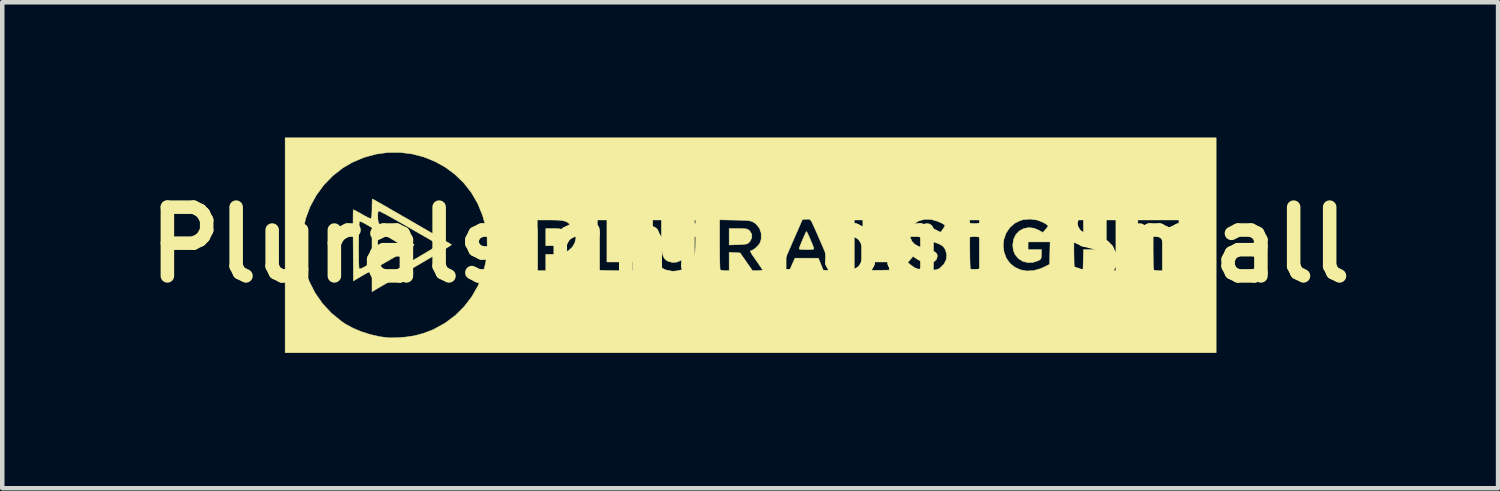
<source format=kicad_pcb>
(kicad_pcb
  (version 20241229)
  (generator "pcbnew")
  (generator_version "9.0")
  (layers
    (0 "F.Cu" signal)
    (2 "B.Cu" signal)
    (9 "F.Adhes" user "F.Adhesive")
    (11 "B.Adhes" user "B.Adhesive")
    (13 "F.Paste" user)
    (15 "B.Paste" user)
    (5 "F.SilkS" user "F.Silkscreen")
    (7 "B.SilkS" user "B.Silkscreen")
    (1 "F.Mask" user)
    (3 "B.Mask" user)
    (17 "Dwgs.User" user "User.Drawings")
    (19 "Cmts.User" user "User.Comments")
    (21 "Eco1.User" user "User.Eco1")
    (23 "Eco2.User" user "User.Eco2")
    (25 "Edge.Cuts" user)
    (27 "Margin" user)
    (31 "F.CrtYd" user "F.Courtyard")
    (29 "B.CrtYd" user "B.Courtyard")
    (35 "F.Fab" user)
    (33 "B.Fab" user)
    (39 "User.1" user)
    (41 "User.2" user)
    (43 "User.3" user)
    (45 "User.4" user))
  (footprint "Pluralsight Logo_Small"
    (layer "F.Cu")
    (at 13.578 2.376)
    (property "Reference" "Pluralsight Logo_Small" (at 0 0 0) (layer "F.SilkS") (effects (font (size 1.524 1.524) (thickness 0.3))))
    (attr through_hole)
    (fp_poly (pts (xy -4.272 -0.359) (xy -4.216 -0.353) (xy -4.178 -0.341) (xy -4.146 -0.317) (xy -4.126 -0.298) (xy -4.075 -0.223) (xy -4.066 -0.144) (xy -4.086 -0.083) (xy -4.139 -0.028) (xy -4.229 0.007) (xy -4.356 0.021) (xy -4.38 0.021) (xy -4.53 0.021) (xy -4.53 -0.36) (xy -4.359 -0.36) (xy -4.272 -0.359)) (stroke (width 0.01) (type solid)) (fill yes) (layer "F.SilkS"))
    (fp_poly (pts (xy -0.168 -0.359) (xy -0.105 -0.355) (xy -0.063 -0.346) (xy -0.033 -0.329) (xy -0.01 -0.308) (xy 0.034 -0.238) (xy 0.038 -0.161) (xy 0.002 -0.084) (xy -0.009 -0.07) (xy -0.035 -0.042) (xy -0.063 -0.024) (xy -0.104 -0.014) (xy -0.166 -0.008) (xy -0.26 -0.003) (xy -0.263 -0.003) (xy -0.466 0.004) (xy -0.466 -0.36) (xy -0.264 -0.36) (xy -0.168 -0.359)) (stroke (width 0.01) (type solid)) (fill yes) (layer "F.SilkS"))
    (fp_poly (pts (xy 1.26 -0.278) (xy 1.284 -0.23) (xy 1.314 -0.163) (xy 1.348 -0.085) (xy 1.38 -0.007) (xy 1.407 0.062) (xy 1.409 0.069) (xy 1.412 0.087) (xy 1.399 0.098) (xy 1.362 0.104) (xy 1.293 0.106) (xy 1.249 0.106) (xy 1.164 0.105) (xy 1.113 0.101) (xy 1.09 0.093) (xy 1.086 0.078) (xy 1.089 0.069) (xy 1.115 0.001) (xy 1.147 -0.077) (xy 1.18 -0.155) (xy 1.211 -0.224) (xy 1.235 -0.274) (xy 1.248 -0.296) (xy 1.249 -0.296) (xy 1.26 -0.278)) (stroke (width 0.01) (type solid)) (fill yes) (layer "F.SilkS"))
    (fp_poly (pts (xy -8.353 -1.006) (xy -8.301 -0.977) (xy -8.222 -0.932) (xy -8.118 -0.873) (xy -7.996 -0.802) (xy -7.859 -0.723) (xy -7.711 -0.638) (xy -7.557 -0.55) (xy -7.402 -0.46) (xy -7.249 -0.371) (xy -7.103 -0.287) (xy -6.969 -0.209) (xy -6.851 -0.14) (xy -6.752 -0.082) (xy -6.678 -0.038) (xy -6.633 -0.011) (xy -6.621 -0.003) (xy -6.635 0.01) (xy -6.683 0.042) (xy -6.76 0.09) (xy -6.863 0.153) (xy -6.988 0.228) (xy -7.132 0.313) (xy -7.291 0.406) (xy -7.404 0.472) (xy -7.575 0.57) (xy -7.738 0.664) (xy -7.888 0.751) (xy -8.021 0.828) (xy -8.133 0.893) (xy -8.219 0.943) (xy -8.275 0.976) (xy -8.292 0.986) (xy -8.382 1.04) (xy -8.382 0.817) (xy -8.383 0.725) (xy -8.387 0.649) (xy -8.393 0.6) (xy -8.398 0.585) (xy -8.422 0.591) (xy -8.474 0.615) (xy -8.545 0.653) (xy -8.605 0.688) (xy -8.795 0.8) (xy -8.799 0.139) (xy -8.678 0.139) (xy -8.678 0.261) (xy -8.676 0.369) (xy -8.673 0.455) (xy -8.67 0.513) (xy -8.665 0.535) (xy -8.641 0.533) (xy -8.594 0.513) (xy -8.534 0.482) (xy -8.473 0.445) (xy -8.423 0.409) (xy -8.419 0.406) (xy -8.406 0.39) (xy -8.396 0.365) (xy -8.389 0.325) (xy -8.385 0.264) (xy -8.383 0.174) (xy -8.382 0.082) (xy -8.255 0.082) (xy -8.254 0.168) (xy -8.25 0.236) (xy -8.244 0.276) (xy -8.241 0.282) (xy -8.231 0.29) (xy -8.218 0.292) (xy -8.196 0.285) (xy -8.158 0.265) (xy -8.097 0.231) (xy -8.008 0.178) (xy -7.981 0.162) (xy -7.895 0.11) (xy -7.824 0.063) (xy -7.774 0.028) (xy -7.753 0.008) (xy -7.753 0.008) (xy -7.767 -0.011) (xy -7.811 -0.044) (xy -7.876 -0.086) (xy -7.953 -0.132) (xy -8.035 -0.178) (xy -8.112 -0.219) (xy -8.177 -0.249) (xy -8.221 -0.265) (xy -8.233 -0.265) (xy -8.241 -0.24) (xy -8.247 -0.183) (xy -8.252 -0.104) (xy -8.255 -0.012) (xy -8.255 0.082) (xy -8.382 0.082) (xy -8.382 0.051) (xy -8.382 -0.002) (xy -8.382 -0.379) (xy -8.511 -0.454) (xy -8.577 -0.49) (xy -8.63 -0.513) (xy -8.658 -0.518) (xy -8.659 -0.518) (xy -8.664 -0.494) (xy -8.668 -0.436) (xy -8.672 -0.349) (xy -8.675 -0.241) (xy -8.677 -0.119) (xy -8.678 0.01) (xy -8.678 0.139) (xy -8.799 0.139) (xy -8.8 0.016) (xy -8.801 -0.162) (xy -8.802 -0.326) (xy -8.802 -0.472) (xy -8.802 -0.595) (xy -8.801 -0.69) (xy -8.799 -0.752) (xy -8.798 -0.777) (xy -8.797 -0.777) (xy -8.777 -0.77) (xy -8.728 -0.746) (xy -8.66 -0.708) (xy -8.606 -0.677) (xy -8.527 -0.633) (xy -8.461 -0.6) (xy -8.416 -0.583) (xy -8.403 -0.582) (xy -8.394 -0.608) (xy -8.387 -0.666) (xy -8.387 -0.667) (xy -8.254 -0.667) (xy -8.254 -0.599) (xy -8.248 -0.534) (xy -8.238 -0.485) (xy -8.229 -0.47) (xy -8.203 -0.453) (xy -8.146 -0.419) (xy -8.065 -0.37) (xy -7.966 -0.311) (xy -7.853 -0.245) (xy -7.832 -0.233) (xy -7.718 -0.167) (xy -7.618 -0.107) (xy -7.535 -0.058) (xy -7.476 -0.022) (xy -7.448 -0.004) (xy -7.446 -0.003) (xy -7.459 0.012) (xy -7.504 0.043) (xy -7.575 0.09) (xy -7.669 0.147) (xy -7.78 0.213) (xy -7.837 0.246) (xy -8.244 0.481) (xy -8.251 0.603) (xy -8.254 0.694) (xy -8.248 0.747) (xy -8.232 0.77) (xy -8.202 0.765) (xy -8.176 0.752) (xy -8.144 0.733) (xy -8.08 0.696) (xy -7.989 0.643) (xy -7.876 0.577) (xy -7.746 0.502) (xy -7.604 0.42) (xy -7.526 0.375) (xy -7.383 0.291) (xy -7.251 0.213) (xy -7.136 0.144) (xy -7.042 0.086) (xy -6.973 0.042) (xy -6.935 0.015) (xy -6.927 0.008) (xy -6.942 -0.011) (xy -6.986 -0.045) (xy -7.054 -0.09) (xy -7.138 -0.14) (xy -7.222 -0.188) (xy -7.334 -0.252) (xy -7.465 -0.327) (xy -7.604 -0.407) (xy -7.744 -0.488) (xy -7.787 -0.512) (xy -7.909 -0.582) (xy -8.019 -0.643) (xy -8.113 -0.693) (xy -8.183 -0.729) (xy -8.226 -0.748) (xy -8.236 -0.75) (xy -8.249 -0.722) (xy -8.254 -0.667) (xy -8.387 -0.667) (xy -8.383 -0.746) (xy -8.382 -0.806) (xy -8.381 -0.894) (xy -8.379 -0.964) (xy -8.376 -1.007) (xy -8.373 -1.016) (xy -8.353 -1.006)) (stroke (width 0.01) (type solid)) (fill yes) (layer "F.SilkS"))
    (fp_poly (pts (xy 10.329 2.392) (xy -10.308 2.392) (xy -10.308 -0.003) (xy -9.937 -0.003) (xy -9.919 0.28) (xy -9.863 0.556) (xy -9.77 0.821) (xy -9.641 1.071) (xy -9.479 1.303) (xy -9.283 1.514) (xy -9.057 1.699) (xy -8.975 1.754) (xy -8.805 1.847) (xy -8.612 1.928) (xy -8.407 1.992) (xy -8.201 2.038) (xy -8.005 2.062) (xy -7.832 2.061) (xy -7.77 2.056) (xy -7.687 2.049) (xy -7.619 2.043) (xy -7.439 2.016) (xy -7.246 1.964) (xy -7.054 1.892) (xy -7.014 1.874) (xy -6.761 1.735) (xy -6.535 1.565) (xy -6.338 1.369) (xy -6.17 1.15) (xy -6.033 0.91) (xy -5.93 0.655) (xy -5.908 0.572) (xy -4.72 0.572) (xy -4.53 0.572) (xy -4.53 0.212) (xy -4.385 0.212) (xy -4.291 0.207) (xy -4.196 0.194) (xy -4.136 0.18) (xy -4.026 0.129) (xy -3.944 0.054) (xy -3.889 -0.039) (xy -3.863 -0.141) (xy -3.866 -0.246) (xy -3.899 -0.346) (xy -3.962 -0.434) (xy -4.056 -0.502) (xy -4.073 -0.51) (xy -4.119 -0.527) (xy -4.174 -0.539) (xy -4.246 -0.546) (xy -4.346 -0.549) (xy -4.44 -0.55) (xy -4.72 -0.55) (xy -3.387 -0.55) (xy -3.387 -0.004) (xy -3.386 0.145) (xy -3.385 0.278) (xy -3.382 0.393) (xy -3.379 0.481) (xy -3.376 0.538) (xy -3.373 0.557) (xy -3.348 0.562) (xy -3.288 0.566) (xy -3.199 0.569) (xy -3.09 0.571) (xy -2.981 0.572) (xy -2.603 0.572) (xy -2.603 0.381) (xy -3.175 0.381) (xy -3.175 -0.55) (xy -2.159 -0.55) (xy -2.159 -0.153) (xy -2.158 -0.009) (xy -2.156 0.101) (xy -2.152 0.182) (xy -2.145 0.241) (xy -2.135 0.286) (xy -2.122 0.323) (xy -2.12 0.328) (xy -2.062 0.419) (xy -1.984 0.495) (xy -1.897 0.547) (xy -1.847 0.562) (xy -1.79 0.572) (xy -1.75 0.581) (xy -1.746 0.582) (xy -1.698 0.586) (xy -1.626 0.578) (xy -1.545 0.56) (xy -1.469 0.536) (xy -1.445 0.525) (xy -1.372 0.483) (xy -1.314 0.429) (xy -1.271 0.359) (xy -1.241 0.268) (xy -1.221 0.15) (xy -1.21 0.000289) (xy -1.21 -0.005) (xy -0.677 -0.005) (xy -0.677 0.143) (xy -0.675 0.277) (xy -0.673 0.391) (xy -0.67 0.48) (xy -0.667 0.537) (xy -0.663 0.557) (xy -0.635 0.566) (xy -0.581 0.571) (xy -0.557 0.572) (xy -0.466 0.572) (xy -0.466 0.167) (xy -0.223 0.18) (xy -0.086 0.376) (xy 0.051 0.572) (xy 0.163 0.572) (xy 0.225 0.569) (xy 0.266 0.564) (xy 0.275 0.559) (xy 0.273 0.556) (xy 0.677 0.556) (xy 0.696 0.565) (xy 0.744 0.571) (xy 0.773 0.572) (xy 0.87 0.572) (xy 0.931 0.434) (xy 0.993 0.296) (xy 1.513 0.297) (xy 1.566 0.429) (xy 1.62 0.561) (xy 1.72 0.567) (xy 1.785 0.567) (xy 1.818 0.556) (xy 1.82 0.551) (xy 1.812 0.527) (xy 1.79 0.47) (xy 1.755 0.387) (xy 1.712 0.284) (xy 1.662 0.167) (xy 1.609 0.042) (xy 1.554 -0.084) (xy 1.502 -0.205) (xy 1.453 -0.315) (xy 1.411 -0.409) (xy 1.379 -0.478) (xy 1.362 -0.514) (xy 1.338 -0.55) (xy 2.307 -0.55) (xy 2.307 0.572) (xy 2.693 0.567) (xy 3.08 0.561) (xy 3.086 0.471) (xy 3.092 0.392) (xy 3.494 0.392) (xy 3.561 0.449) (xy 3.651 0.511) (xy 3.755 0.549) (xy 3.882 0.565) (xy 3.973 0.566) (xy 4.069 0.561) (xy 4.135 0.55) (xy 4.182 0.532) (xy 4.205 0.517) (xy 4.295 0.429) (xy 4.346 0.329) (xy 4.357 0.221) (xy 4.331 0.119) (xy 4.302 0.065) (xy 4.261 0.023) (xy 4.199 -0.014) (xy 4.109 -0.049) (xy 4.022 -0.077) (xy 3.908 -0.113) (xy 3.83 -0.144) (xy 3.781 -0.173) (xy 3.756 -0.205) (xy 3.747 -0.244) (xy 3.747 -0.253) (xy 3.765 -0.315) (xy 3.813 -0.357) (xy 3.885 -0.379) (xy 3.971 -0.379) (xy 4.064 -0.356) (xy 4.125 -0.327) (xy 4.179 -0.298) (xy 4.214 -0.282) (xy 4.222 -0.28) (xy 4.236 -0.299) (xy 4.265 -0.338) (xy 4.272 -0.347) (xy 4.302 -0.392) (xy 4.318 -0.423) (xy 4.318 -0.426) (xy 4.299 -0.449) (xy 4.251 -0.478) (xy 4.183 -0.509) (xy 4.106 -0.537) (xy 4.056 -0.55) (xy 4.868 -0.55) (xy 4.868 -0.004) (xy 4.869 0.145) (xy 4.87 0.278) (xy 4.873 0.393) (xy 4.876 0.481) (xy 4.879 0.538) (xy 4.882 0.557) (xy 4.911 0.566) (xy 4.965 0.571) (xy 4.988 0.572) (xy 5.08 0.572) (xy 5.08 0.011) (xy 5.609 0.011) (xy 5.628 0.166) (xy 5.679 0.3) (xy 5.76 0.412) (xy 5.866 0.497) (xy 5.99 0.554) (xy 6.13 0.58) (xy 6.28 0.573) (xy 6.436 0.529) (xy 6.498 0.502) (xy 6.636 0.433) (xy 6.642 0.185) (xy 6.648 -0.064) (xy 6.16 -0.064) (xy 6.16 0.106) (xy 6.456 0.106) (xy 6.456 0.211) (xy 6.453 0.276) (xy 6.441 0.314) (xy 6.412 0.339) (xy 6.395 0.348) (xy 6.276 0.389) (xy 6.156 0.395) (xy 6.043 0.366) (xy 5.946 0.305) (xy 5.933 0.291) (xy 5.866 0.206) (xy 5.831 0.114) (xy 5.821 0.002) (xy 5.839 -0.122) (xy 5.89 -0.227) (xy 5.967 -0.307) (xy 6.064 -0.36) (xy 6.174 -0.381) (xy 6.291 -0.368) (xy 6.392 -0.326) (xy 6.487 -0.272) (xy 6.546 -0.337) (xy 6.582 -0.382) (xy 6.602 -0.415) (xy 6.604 -0.42) (xy 6.587 -0.439) (xy 6.543 -0.469) (xy 6.495 -0.497) (xy 6.358 -0.55) (xy 6.352 -0.55) (xy 7.176 -0.55) (xy 7.176 -0.004) (xy 7.176 0.145) (xy 7.178 0.279) (xy 7.18 0.393) (xy 7.183 0.481) (xy 7.187 0.539) (xy 7.191 0.558) (xy 7.22 0.567) (xy 7.273 0.568) (xy 7.291 0.567) (xy 7.377 0.561) (xy 7.383 0.333) (xy 7.389 0.106) (xy 7.894 0.106) (xy 7.9 0.333) (xy 7.906 0.561) (xy 8.006 0.567) (xy 8.107 0.574) (xy 8.107 -0.55) (xy 8.594 -0.55) (xy 8.594 -0.36) (xy 8.932 -0.36) (xy 8.932 0.092) (xy 8.933 0.226) (xy 8.935 0.346) (xy 8.937 0.444) (xy 8.941 0.516) (xy 8.945 0.553) (xy 8.946 0.557) (xy 8.975 0.566) (xy 9.029 0.571) (xy 9.052 0.572) (xy 9.144 0.572) (xy 9.144 -0.36) (xy 9.504 -0.36) (xy 9.504 -0.55) (xy 8.594 -0.55) (xy 8.107 -0.55) (xy 7.895 -0.55) (xy 7.895 -0.085) (xy 7.387 -0.085) (xy 7.387 -0.55) (xy 7.176 -0.55) (xy 6.352 -0.55) (xy 6.206 -0.57) (xy 6.054 -0.557) (xy 5.989 -0.539) (xy 5.86 -0.475) (xy 5.753 -0.379) (xy 5.672 -0.258) (xy 5.623 -0.118) (xy 5.609 0.011) (xy 5.08 0.011) (xy 5.08 -0.55) (xy 4.868 -0.55) (xy 4.056 -0.55) (xy 4.032 -0.557) (xy 3.997 -0.563) (xy 3.863 -0.563) (xy 3.746 -0.533) (xy 3.651 -0.478) (xy 3.582 -0.401) (xy 3.545 -0.306) (xy 3.542 -0.199) (xy 3.554 -0.148) (xy 3.589 -0.072) (xy 3.649 -0.011) (xy 3.739 0.038) (xy 3.865 0.08) (xy 3.877 0.084) (xy 3.991 0.116) (xy 4.069 0.146) (xy 4.117 0.176) (xy 4.142 0.21) (xy 4.149 0.253) (xy 4.149 0.253) (xy 4.131 0.321) (xy 4.083 0.369) (xy 4.012 0.396) (xy 3.924 0.399) (xy 3.827 0.379) (xy 3.728 0.335) (xy 3.701 0.318) (xy 3.61 0.257) (xy 3.552 0.324) (xy 3.494 0.392) (xy 3.092 0.392) (xy 3.093 0.381) (xy 2.498 0.381) (xy 2.498 -0.55) (xy 2.307 -0.55) (xy 1.338 -0.55) (xy 1.336 -0.553) (xy 1.303 -0.568) (xy 1.245 -0.567) (xy 1.159 -0.561) (xy 0.918 -0.011) (xy 0.856 0.132) (xy 0.8 0.262) (xy 0.752 0.374) (xy 0.714 0.464) (xy 0.689 0.525) (xy 0.678 0.554) (xy 0.677 0.556) (xy 0.273 0.556) (xy 0.264 0.538) (xy 0.232 0.49) (xy 0.187 0.424) (xy 0.147 0.366) (xy 0.08 0.271) (xy 0.035 0.205) (xy 0.012 0.162) (xy 0.006 0.138) (xy 0.016 0.128) (xy 0.029 0.127) (xy 0.062 0.113) (xy 0.111 0.078) (xy 0.145 0.048) (xy 0.202 -0.015) (xy 0.232 -0.078) (xy 0.244 -0.133) (xy 0.244 -0.257) (xy 0.207 -0.366) (xy 0.136 -0.455) (xy 0.1 -0.483) (xy 0.066 -0.504) (xy 0.034 -0.519) (xy -0.005 -0.53) (xy -0.057 -0.537) (xy -0.131 -0.542) (xy -0.233 -0.545) (xy -0.332 -0.547) (xy -0.677 -0.554) (xy -0.677 -0.005) (xy -1.21 -0.005) (xy -1.207 -0.186) (xy -1.206 -0.194) (xy -1.206 -0.55) (xy -1.418 -0.55) (xy -1.418 -0.172) (xy -1.418 -0.036) (xy -1.42 0.064) (xy -1.423 0.136) (xy -1.429 0.187) (xy -1.438 0.223) (xy -1.451 0.252) (xy -1.467 0.277) (xy -1.536 0.346) (xy -1.626 0.384) (xy -1.726 0.391) (xy -1.823 0.364) (xy -1.853 0.346) (xy -1.893 0.313) (xy -1.923 0.266) (xy -1.944 0.2) (xy -1.958 0.11) (xy -1.966 -0.01) (xy -1.968 -0.165) (xy -1.968 -0.202) (xy -1.968 -0.55) (xy -2.159 -0.55) (xy -3.175 -0.55) (xy -3.387 -0.55) (xy -4.72 -0.55) (xy -4.72 0.572) (xy -5.908 0.572) (xy -5.861 0.388) (xy -5.828 0.112) (xy -5.832 -0.17) (xy -5.876 -0.453) (xy -5.931 -0.651) (xy -6.04 -0.916) (xy -6.18 -1.157) (xy -6.349 -1.372) (xy -6.542 -1.559) (xy -6.756 -1.719) (xy -6.989 -1.848) (xy -7.235 -1.947) (xy -7.492 -2.014) (xy -7.757 -2.047) (xy -8.025 -2.047) (xy -8.294 -2.01) (xy -8.56 -1.937) (xy -8.819 -1.827) (xy -9.028 -1.705) (xy -9.251 -1.531) (xy -9.45 -1.326) (xy -9.619 -1.095) (xy -9.755 -0.844) (xy -9.854 -0.579) (xy -9.854 -0.578) (xy -9.916 -0.291) (xy -9.937 -0.003) (xy -10.308 -0.003) (xy -10.308 -2.371) (xy 10.329 -2.371) (xy 10.329 2.392)) (stroke (width 0.01) (type solid)) (fill yes) (layer "F.SilkS")))
  (gr_rect
    (start -3 -3)
    (end 30.156 7.772)
    (stroke (width 0.1) (type default))
    (fill no)
    (layer "Edge.Cuts")))
</source>
